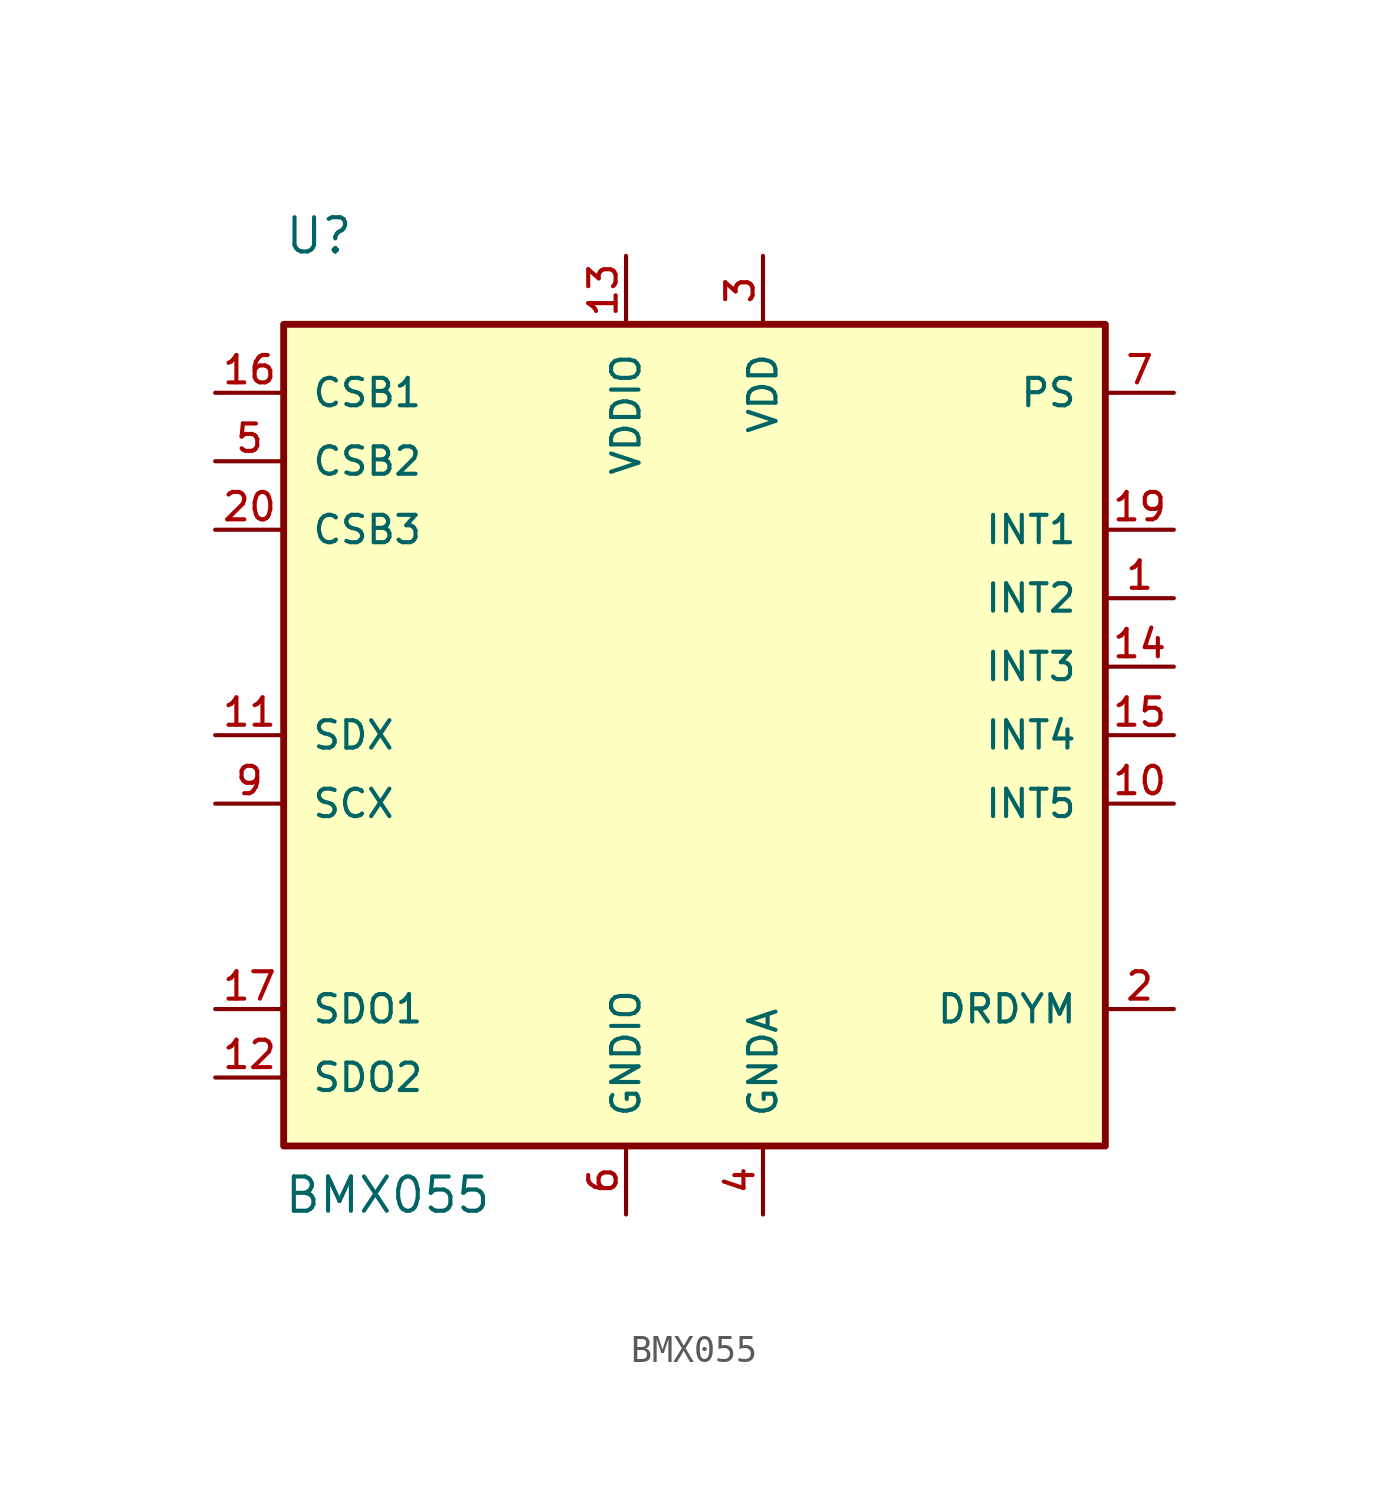
<source format=kicad_sym>
(kicad_symbol_lib
  (version 20211014)
  (generator kicad_symbol_editor)
  (symbol "BMX055"
    (pin_names
      (offset 1.016))
    (property "Reference" "U"
      (at -15.24 17.78 0)
      (effects (font (size 1.27 1.27)) (justify left bottom)))
    (property "Value" "BMX055"
      (at -15.265 -17.805 0)
      (effects (font (size 1.27 1.27)) (justify left bottom)))
    (property "ki_locked" ""
      (at 0 0 0)
      (effects (font (size 1.27 1.27))))
    (symbol "BMX055_0_0"
      (rectangle (start -15.24 -15.24) (end 15.24 15.24) (stroke (width 0.254) (type default) (color 0 0 0 0)) (fill (type background)))
      (pin bidirectional line (at 17.78 5.08 180) (length 2.54) (name "INT2" (effects (font (size 1.016 1.016)))) (number "1" (effects (font (size 1.016 1.016)))))
      (pin bidirectional line (at 17.78 -2.54 180) (length 2.54) (name "INT5" (effects (font (size 1.016 1.016)))) (number "10" (effects (font (size 1.016 1.016)))))
      (pin bidirectional line (at -17.78 0 0) (length 2.54) (name "SDX" (effects (font (size 1.016 1.016)))) (number "11" (effects (font (size 1.016 1.016)))))
      (pin bidirectional line (at -17.78 -12.7 0) (length 2.54) (name "SDO2" (effects (font (size 1.016 1.016)))) (number "12" (effects (font (size 1.016 1.016)))))
      (pin bidirectional line (at -2.54 17.78 270) (length 2.54) (name "VDDIO" (effects (font (size 1.016 1.016)))) (number "13" (effects (font (size 1.016 1.016)))))
      (pin bidirectional line (at 17.78 2.54 180) (length 2.54) (name "INT3" (effects (font (size 1.016 1.016)))) (number "14" (effects (font (size 1.016 1.016)))))
      (pin bidirectional line (at 17.78 0 180) (length 2.54) (name "INT4" (effects (font (size 1.016 1.016)))) (number "15" (effects (font (size 1.016 1.016)))))
      (pin bidirectional line (at -17.78 12.7 0) (length 2.54) (name "CSB1" (effects (font (size 1.016 1.016)))) (number "16" (effects (font (size 1.016 1.016)))))
      (pin bidirectional line (at -17.78 -10.16 0) (length 2.54) (name "SDO1" (effects (font (size 1.016 1.016)))) (number "17" (effects (font (size 1.016 1.016)))))
      (pin bidirectional line (at 17.78 7.62 180) (length 2.54) (name "INT1" (effects (font (size 1.016 1.016)))) (number "19" (effects (font (size 1.016 1.016)))))
      (pin bidirectional line (at 17.78 -10.16 180) (length 2.54) (name "DRDYM" (effects (font (size 1.016 1.016)))) (number "2" (effects (font (size 1.016 1.016)))))
      (pin bidirectional line (at -17.78 7.62 0) (length 2.54) (name "CSB3" (effects (font (size 1.016 1.016)))) (number "20" (effects (font (size 1.016 1.016)))))
      (pin bidirectional line (at 2.54 17.78 270) (length 2.54) (name "VDD" (effects (font (size 1.016 1.016)))) (number "3" (effects (font (size 1.016 1.016)))))
      (pin bidirectional line (at 2.54 -17.78 90) (length 2.54) (name "GNDA" (effects (font (size 1.016 1.016)))) (number "4" (effects (font (size 1.016 1.016)))))
      (pin bidirectional line (at -17.78 10.16 0) (length 2.54) (name "CSB2" (effects (font (size 1.016 1.016)))) (number "5" (effects (font (size 1.016 1.016)))))
      (pin bidirectional line (at -2.54 -17.78 90) (length 2.54) (name "GNDIO" (effects (font (size 1.016 1.016)))) (number "6" (effects (font (size 1.016 1.016)))))
      (pin bidirectional line (at 17.78 12.7 180) (length 2.54) (name "PS" (effects (font (size 1.016 1.016)))) (number "7" (effects (font (size 1.016 1.016)))))
      (pin bidirectional line (at -17.78 -2.54 0) (length 2.54) (name "SCX" (effects (font (size 1.016 1.016)))) (number "9" (effects (font (size 1.016 1.016))))))))
</source>
